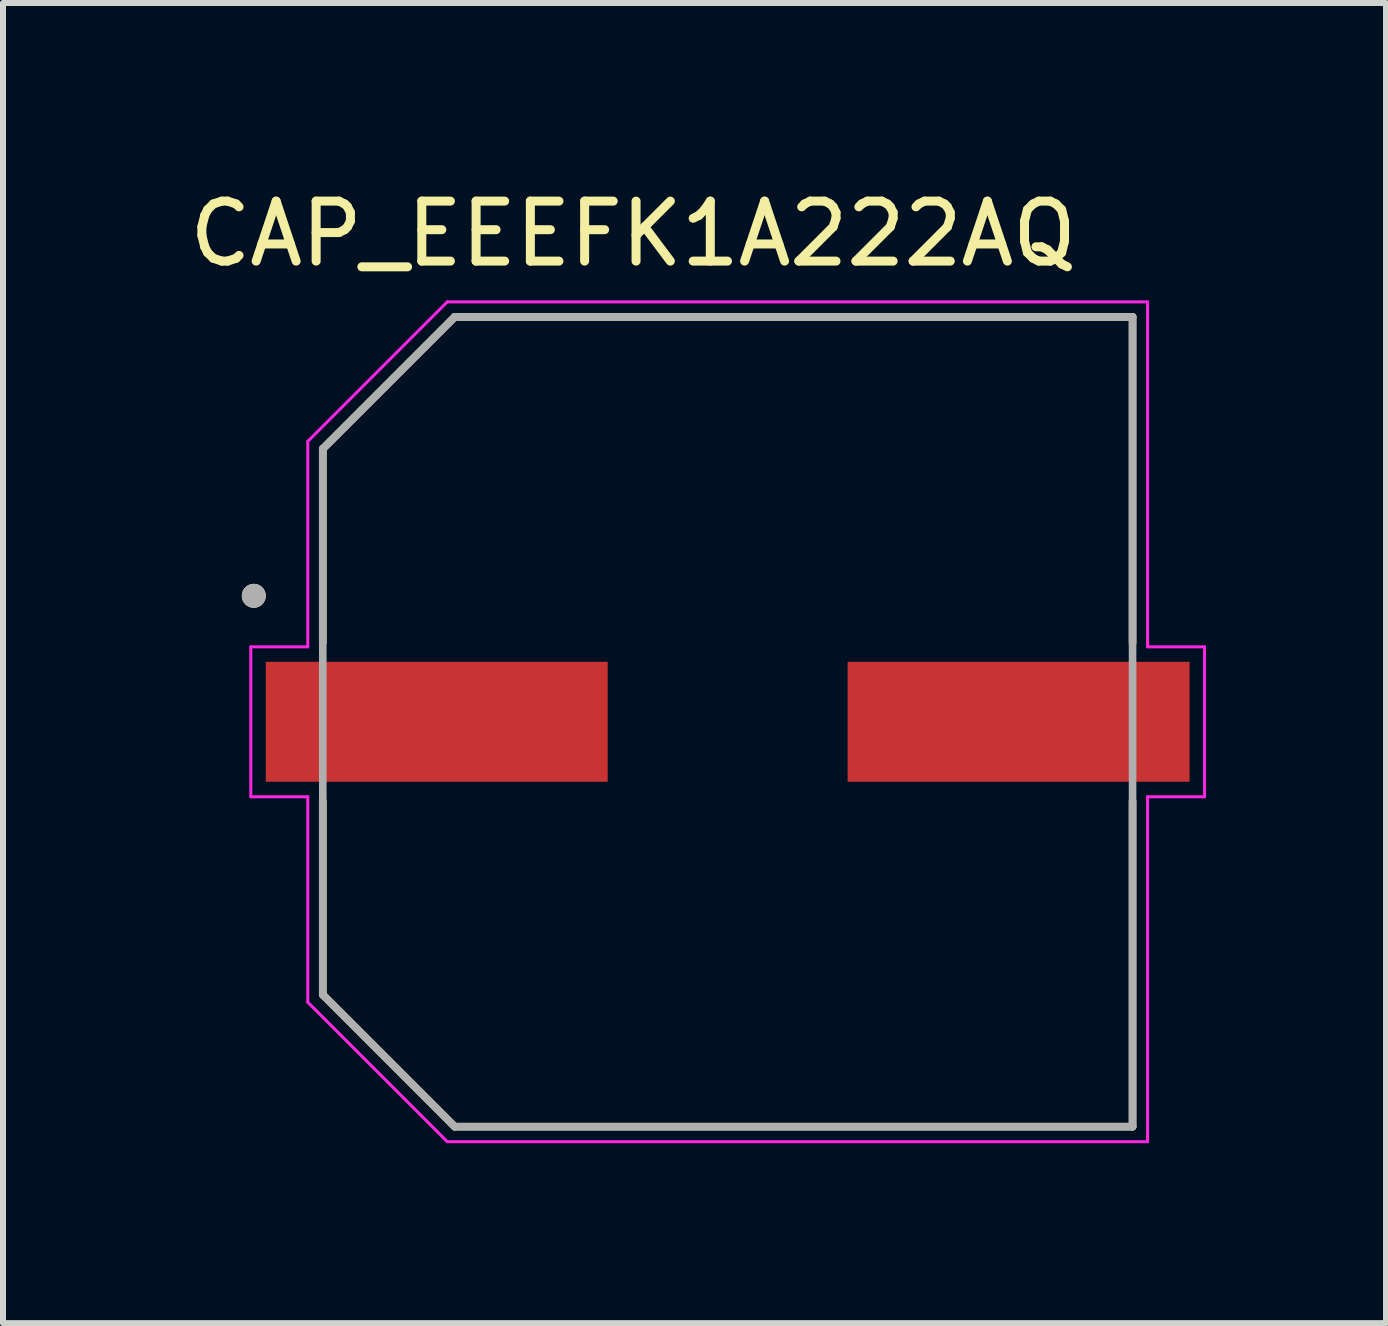
<source format=kicad_pcb>
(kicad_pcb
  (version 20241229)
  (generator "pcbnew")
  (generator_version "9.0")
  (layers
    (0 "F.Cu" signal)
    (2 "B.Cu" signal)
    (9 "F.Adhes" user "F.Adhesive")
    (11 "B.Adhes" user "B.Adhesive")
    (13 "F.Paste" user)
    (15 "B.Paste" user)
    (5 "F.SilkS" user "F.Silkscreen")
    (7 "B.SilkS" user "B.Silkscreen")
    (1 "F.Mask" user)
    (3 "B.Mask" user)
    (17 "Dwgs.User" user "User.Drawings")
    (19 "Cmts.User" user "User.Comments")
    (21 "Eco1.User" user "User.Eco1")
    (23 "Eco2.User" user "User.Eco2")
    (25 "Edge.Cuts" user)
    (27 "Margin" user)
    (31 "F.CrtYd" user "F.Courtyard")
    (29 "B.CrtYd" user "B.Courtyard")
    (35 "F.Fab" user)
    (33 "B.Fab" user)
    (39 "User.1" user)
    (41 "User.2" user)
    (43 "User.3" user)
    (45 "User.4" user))
  (footprint "CAP_EEEFK1A222AQ"
    (layer "F.Cu")
    (at 9.081 8.983)
    (property "Reference" "CAP_EEEFK1A222AQ" (at -1.575 -8.135 0) (layer "F.SilkS") (effects (font (size 1 1) (thickness 0.15))))
    (attr through_hole)
    (fp_line (start -6.75 -4.55) (end -6.75 -1.32) (stroke (width 0.127) (type solid)) (layer "F.SilkS"))
    (fp_line (start -6.75 1.32) (end -6.75 4.55) (stroke (width 0.127) (type solid)) (layer "F.SilkS"))
    (fp_line (start -6.75 4.55) (end -4.55 6.75) (stroke (width 0.127) (type solid)) (layer "F.SilkS"))
    (fp_line (start -4.55 -6.75) (end -6.75 -4.55) (stroke (width 0.127) (type solid)) (layer "F.SilkS"))
    (fp_line (start -4.55 6.75) (end 6.75 6.75) (stroke (width 0.127) (type solid)) (layer "F.SilkS"))
    (fp_line (start 6.75 -6.75) (end -4.55 -6.75) (stroke (width 0.127) (type solid)) (layer "F.SilkS"))
    (fp_line (start 6.75 -1.32) (end 6.75 -6.75) (stroke (width 0.127) (type solid)) (layer "F.SilkS"))
    (fp_line (start 6.75 6.75) (end 6.75 1.32) (stroke (width 0.127) (type solid)) (layer "F.SilkS"))
    (fp_circle (center -7.9 -2.1) (end -7.8 -2.1) (stroke (width 0.2) (type solid)) (fill no) (layer "F.SilkS"))
    (fp_line (start -7.95 -1.25) (end -7 -1.25) (stroke (width 0.05) (type solid)) (layer "F.CrtYd"))
    (fp_line (start -7.95 1.25) (end -7.95 -1.25) (stroke (width 0.05) (type solid)) (layer "F.CrtYd"))
    (fp_line (start -7 -4.675) (end -4.675 -7) (stroke (width 0.05) (type solid)) (layer "F.CrtYd"))
    (fp_line (start -7 -1.25) (end -7 -4.675) (stroke (width 0.05) (type solid)) (layer "F.CrtYd"))
    (fp_line (start -7 1.25) (end -7.95 1.25) (stroke (width 0.05) (type solid)) (layer "F.CrtYd"))
    (fp_line (start -7 4.675) (end -7 1.25) (stroke (width 0.05) (type solid)) (layer "F.CrtYd"))
    (fp_line (start -4.675 -7) (end 7 -7) (stroke (width 0.05) (type solid)) (layer "F.CrtYd"))
    (fp_line (start -4.675 7) (end -7 4.675) (stroke (width 0.05) (type solid)) (layer "F.CrtYd"))
    (fp_line (start 7 -7) (end 7 -1.25) (stroke (width 0.05) (type solid)) (layer "F.CrtYd"))
    (fp_line (start 7 -1.25) (end 7.95 -1.25) (stroke (width 0.05) (type solid)) (layer "F.CrtYd"))
    (fp_line (start 7 1.25) (end 7 7) (stroke (width 0.05) (type solid)) (layer "F.CrtYd"))
    (fp_line (start 7 7) (end -4.675 7) (stroke (width 0.05) (type solid)) (layer "F.CrtYd"))
    (fp_line (start 7.95 -1.25) (end 7.95 1.25) (stroke (width 0.05) (type solid)) (layer "F.CrtYd"))
    (fp_line (start 7.95 1.25) (end 7 1.25) (stroke (width 0.05) (type solid)) (layer "F.CrtYd"))
    (fp_line (start -6.75 -4.55) (end -6.75 4.55) (stroke (width 0.127) (type solid)) (layer "F.Fab"))
    (fp_line (start -6.75 4.55) (end -4.55 6.75) (stroke (width 0.127) (type solid)) (layer "F.Fab"))
    (fp_line (start -4.55 -6.75) (end -6.75 -4.55) (stroke (width 0.127) (type solid)) (layer "F.Fab"))
    (fp_line (start -4.55 6.75) (end 6.75 6.75) (stroke (width 0.127) (type solid)) (layer "F.Fab"))
    (fp_line (start 6.75 -6.75) (end -4.55 -6.75) (stroke (width 0.127) (type solid)) (layer "F.Fab"))
    (fp_line (start 6.75 6.75) (end 6.75 -6.75) (stroke (width 0.127) (type solid)) (layer "F.Fab"))
    (fp_circle (center -7.9 -2.1) (end -7.8 -2.1) (stroke (width 0.2) (type solid)) (fill no) (layer "F.Fab"))
    (pad "1" smd rect (at -4.85 0) (size 5.7 2) (layers "F.Cu" "F.Mask" "F.Paste"))
    (pad "2" smd rect (at 4.85 0) (size 5.7 2) (layers "F.Cu" "F.Mask" "F.Paste")))
  (gr_rect
    (start -3 -3)
    (end 20.056 19.008)
    (stroke (width 0.1) (type default))
    (fill no)
    (layer "Edge.Cuts")))
</source>
